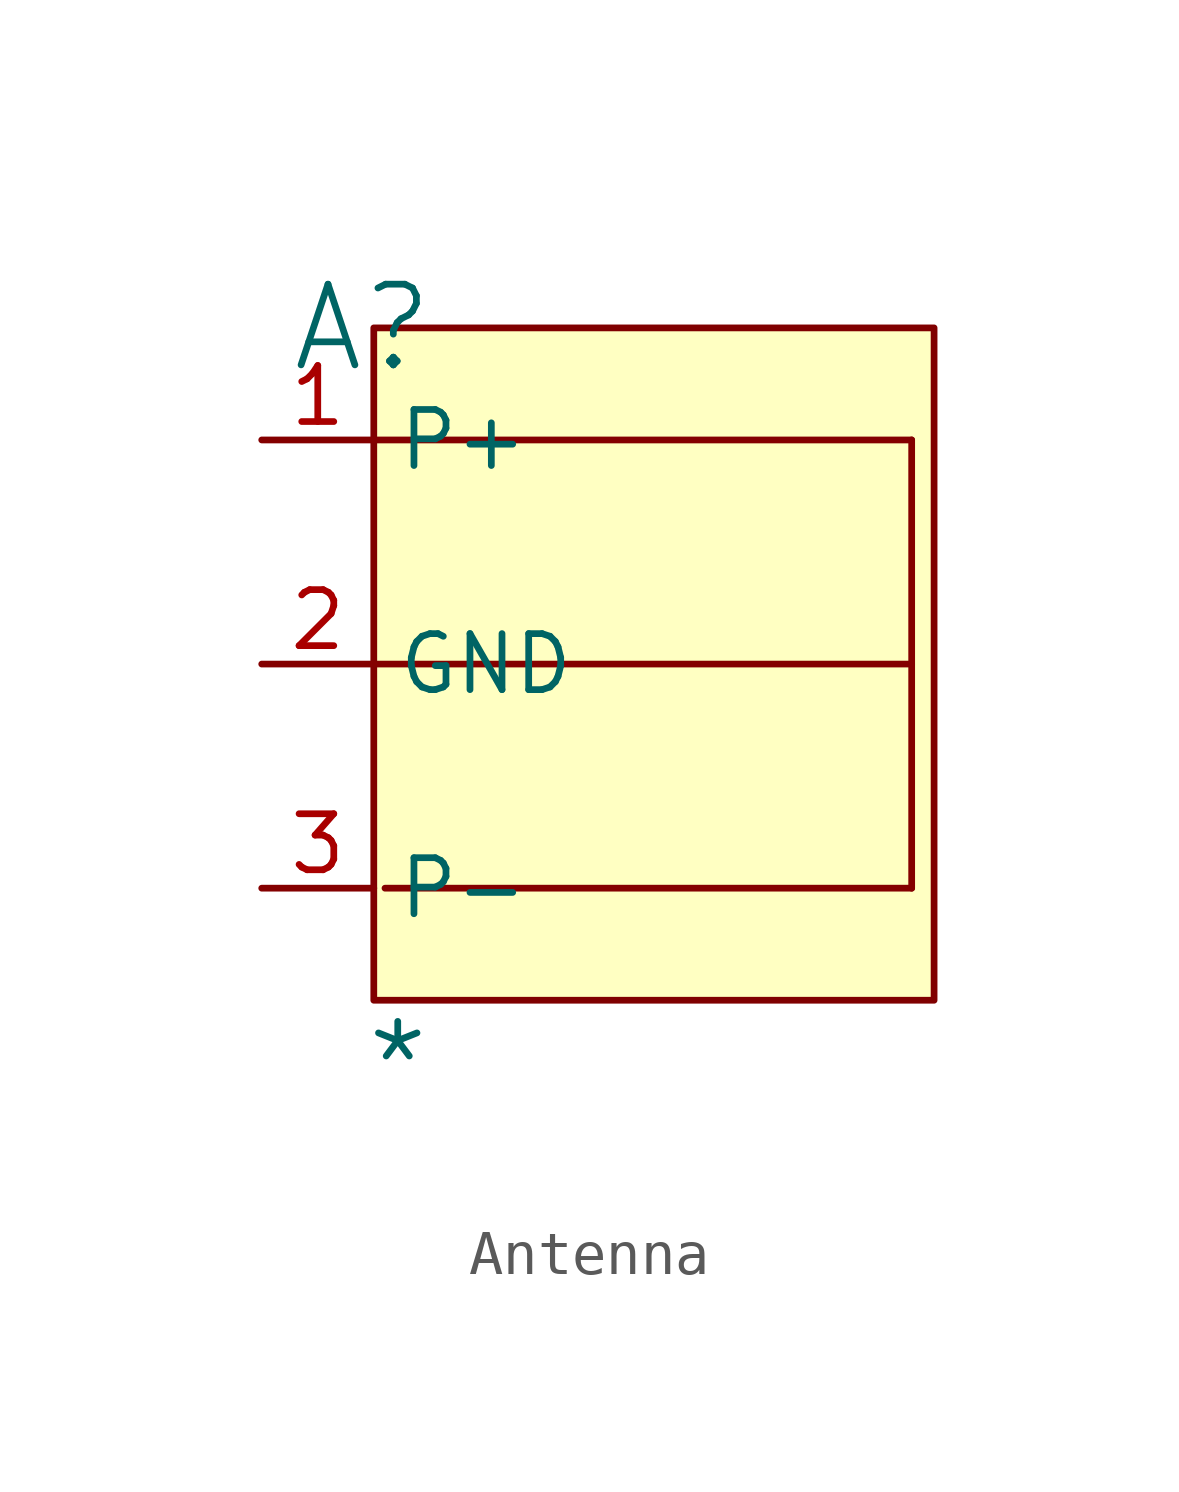
<source format=kicad_sym>
(kicad_symbol_lib
  (version 20241209)
  (generator "kicad_symbol_editor")
  (generator_version "9.0")
  (symbol "Antenna"
    (property "Reference" "A"
      (at -0.254 0 0)
      (effects (font (size 1.829 1.829))))
    (property "Value" "*"
      (at -0.254 -17.78 0)
      (effects (font (size 1.829 1.829)) (justify left bottom)))
    (symbol "Antenna_1_0"
      (polyline (pts (xy 0 -2.54) (xy 12.192 -2.54)) (stroke (width 0) (type solid)) (fill (type none)))
      (polyline (pts (xy 0 -7.62) (xy 12.192 -7.62)) (stroke (width 0) (type solid)) (fill (type none)))
      (polyline (pts (xy 0.254 -12.7) (xy 12.192 -12.7)) (stroke (width 0) (type solid)) (fill (type none)))
      (polyline (pts (xy 12.192 -2.54) (xy 12.192 -12.7)) (stroke (width 0) (type solid)) (fill (type none)))
      (rectangle (start 12.7 0) (end 0 -15.24) (stroke (width 0) (type solid) (color 128 0 0 1)) (fill (type background)))
      (pin passive line (at -2.54 -2.54 0) (length 2.54) (name "P+" (effects (font (size 1.27 1.27)))) (number "1" (effects (font (size 1.27 1.27)))))
      (pin passive line (at -2.54 -7.62 0) (length 2.54) (name "GND" (effects (font (size 1.27 1.27)))) (number "2" (effects (font (size 1.27 1.27)))))
      (pin passive line (at -2.54 -12.7 0) (length 2.54) (name "P-" (effects (font (size 1.27 1.27)))) (number "3" (effects (font (size 1.27 1.27))))))))
</source>
